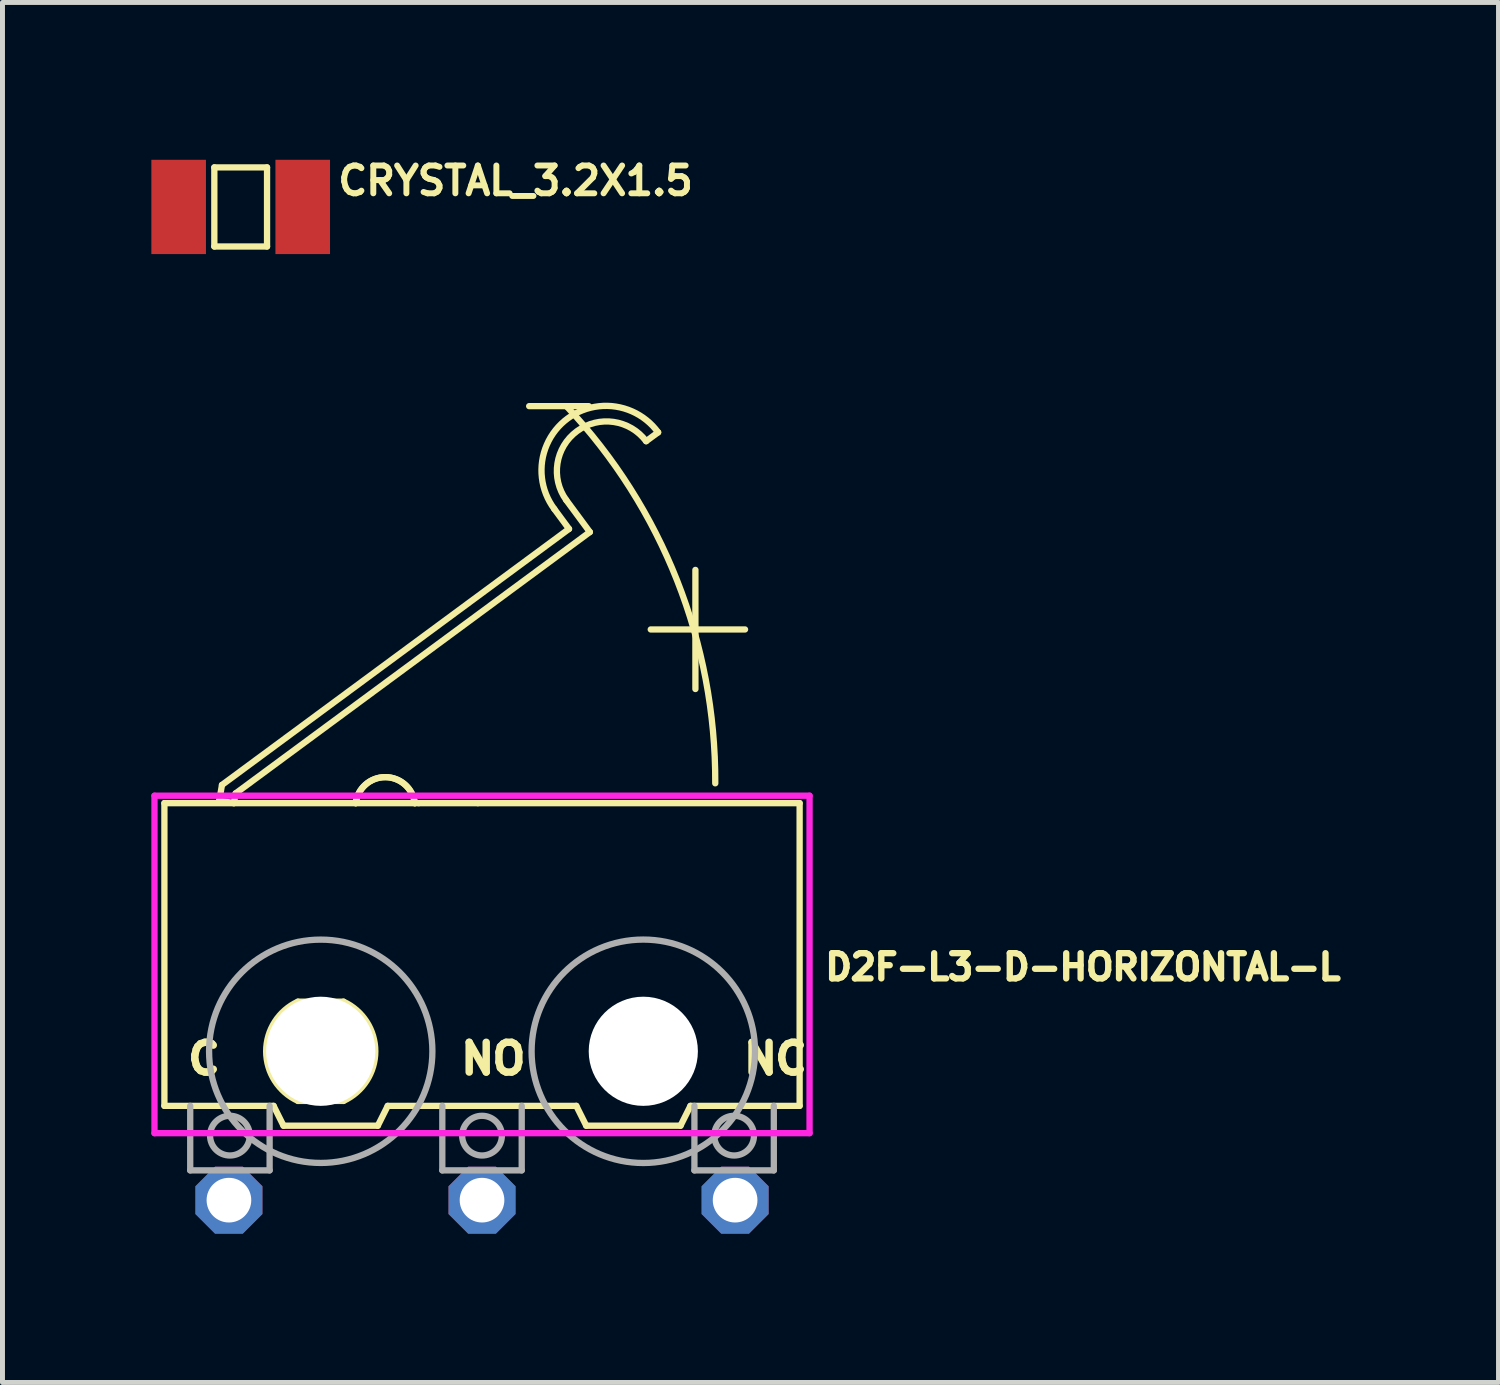
<source format=kicad_pcb>
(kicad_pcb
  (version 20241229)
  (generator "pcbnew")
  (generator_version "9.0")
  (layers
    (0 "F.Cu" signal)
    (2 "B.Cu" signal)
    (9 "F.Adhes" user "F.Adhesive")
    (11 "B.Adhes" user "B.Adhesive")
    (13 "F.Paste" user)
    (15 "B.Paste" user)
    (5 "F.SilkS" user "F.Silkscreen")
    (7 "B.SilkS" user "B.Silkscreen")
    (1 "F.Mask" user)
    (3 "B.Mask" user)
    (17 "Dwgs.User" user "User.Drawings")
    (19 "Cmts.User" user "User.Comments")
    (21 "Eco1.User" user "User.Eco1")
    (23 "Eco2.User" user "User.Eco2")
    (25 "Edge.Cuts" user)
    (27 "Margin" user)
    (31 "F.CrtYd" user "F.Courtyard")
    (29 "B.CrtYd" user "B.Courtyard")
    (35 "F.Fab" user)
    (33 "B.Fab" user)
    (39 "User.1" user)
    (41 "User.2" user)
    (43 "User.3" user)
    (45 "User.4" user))
  (footprint "D2F-L3-D-HORIZONTAL-L"
    (layer "F.Cu")
    (at 6.663 18.134)
    (property "Reference" "D2F-L3-D-HORIZONTAL-L" (at 6.85 -1.4 0) (layer "F.SilkS") (effects (font (size 0.508 0.508) (thickness 0.127)) (justify left bottom)))
    (fp_line (start -6.4 -5) (end -6.4 1.1) (stroke (width 0.127) (type solid)) (layer "F.SilkS"))
    (fp_line (start -5.295 -5.052) (end -5 -5) (stroke (width 0.127) (type solid)) (layer "F.SilkS"))
    (fp_line (start -5.24 -5.367) (end -5.295 -5.052) (stroke (width 0.127) (type solid)) (layer "F.SilkS"))
    (fp_line (start -5 -5) (end -4.965 -5.197) (stroke (width 0.127) (type solid)) (layer "F.SilkS"))
    (fp_line (start -4.965 -5.197) (end 2.173 -10.463) (stroke (width 0.127) (type solid)) (layer "F.SilkS"))
    (fp_line (start -4.2 1.1) (end -6.4 1.1) (stroke (width 0.127) (type solid)) (layer "F.SilkS"))
    (fp_line (start -4 1.5) (end -4.2 1.1) (stroke (width 0.127) (type solid)) (layer "F.SilkS"))
    (fp_line (start -4 1.5) (end -2.1 1.5) (stroke (width 0.127) (type solid)) (layer "F.SilkS"))
    (fp_line (start -3.708 -1) (end -2.792 -1) (stroke (width 0.127) (type solid)) (layer "F.SilkS"))
    (fp_line (start -2.792 1) (end -3.708 1) (stroke (width 0.127) (type solid)) (layer "F.SilkS"))
    (fp_line (start -2.545 -5) (end -6.4 -5) (stroke (width 0.127) (type solid)) (layer "F.SilkS"))
    (fp_line (start -1.9 1.1) (end -2.1 1.5) (stroke (width 0.127) (type solid)) (layer "F.SilkS"))
    (fp_line (start -1.355 -5) (end -2.545 -5) (stroke (width 0.127) (type solid)) (layer "F.SilkS"))
    (fp_line (start -1.275 -5) (end -1.355 -5) (stroke (width 0.127) (type solid)) (layer "F.SilkS"))
    (fp_line (start -0.085 -5) (end -1.275 -5) (stroke (width 0.127) (type solid)) (layer "F.SilkS"))
    (fp_line (start 1.456 -10.928) (end 1.753 -10.526) (stroke (width 0.127) (type solid)) (layer "F.SilkS"))
    (fp_line (start 1.7 -13) (end 0.95 -13) (stroke (width 0.127) (type solid)) (layer "F.SilkS"))
    (fp_line (start 1.753 -10.526) (end -5.24 -5.367) (stroke (width 0.127) (type solid)) (layer "F.SilkS"))
    (fp_line (start 1.9 1.1) (end -1.9 1.1) (stroke (width 0.127) (type solid)) (layer "F.SilkS"))
    (fp_line (start 2.1 1.5) (end 1.9 1.1) (stroke (width 0.127) (type solid)) (layer "F.SilkS"))
    (fp_line (start 2.1 1.5) (end 4 1.5) (stroke (width 0.127) (type solid)) (layer "F.SilkS"))
    (fp_line (start 2.15 -13) (end 1.7 -13) (stroke (width 0.127) (type solid)) (layer "F.SilkS"))
    (fp_line (start 2.173 -10.463) (end 1.698 -11.106) (stroke (width 0.127) (type solid)) (layer "F.SilkS"))
    (fp_line (start 3.307 -12.294) (end 3.549 -12.472) (stroke (width 0.127) (type solid)) (layer "F.SilkS"))
    (fp_line (start 3.4 -8.5) (end 4.3 -8.5) (stroke (width 0.127) (type solid)) (layer "F.SilkS"))
    (fp_line (start 4.2 1.1) (end 4 1.5) (stroke (width 0.127) (type solid)) (layer "F.SilkS"))
    (fp_line (start 4.3 -8.5) (end 4.3 -9.7) (stroke (width 0.127) (type solid)) (layer "F.SilkS"))
    (fp_line (start 4.3 -8.5) (end 5.3 -8.5) (stroke (width 0.127) (type solid)) (layer "F.SilkS"))
    (fp_line (start 4.3 -7.3) (end 4.3 -8.5) (stroke (width 0.127) (type solid)) (layer "F.SilkS"))
    (fp_line (start 6.4 -5) (end -0.085 -5) (stroke (width 0.127) (type solid)) (layer "F.SilkS"))
    (fp_line (start 6.4 1.1) (end 4.2 1.1) (stroke (width 0.127) (type solid)) (layer "F.SilkS"))
    (fp_line (start 6.4 1.1) (end 6.4 -5) (stroke (width 0.127) (type solid)) (layer "F.SilkS"))
    (fp_arc (start -3.708258 1) (mid -4.35 0) (end -3.708259 -1) (stroke (width 0.127) (type solid)) (layer "F.SilkS"))
    (fp_arc (start -2.791739 -1) (mid -2.149998 0) (end -2.79174 1) (stroke (width 0.127) (type solid)) (layer "F.SilkS"))
    (fp_arc (start -2.54516 -5) (mid -1.95 -5.523974) (end -1.35484 -5) (stroke (width 0.127) (type solid)) (layer "F.SilkS"))
    (fp_arc (start -2.54516 -5) (mid -1.95 -5.523974) (end -1.35484 -5) (stroke (width 0.127) (type solid)) (layer "F.SilkS"))
    (fp_arc (start 1.45634 -10.928269) (mid 1.730759 -12.74615) (end 3.54864 -12.471731) (stroke (width 0.127) (type solid)) (layer "F.SilkS"))
    (fp_arc (start 1.697761 -11.106358) (mid 1.90885 -12.504726) (end 3.307218 -12.29364) (stroke (width 0.127) (type solid)) (layer "F.SilkS"))
    (fp_arc (start 1.7 -12.999999) (mid 3.930581 -9.488387) (end 4.7 -5.4) (stroke (width 0.127) (type solid)) (layer "F.SilkS"))
    (fp_circle (center 3.25 0) (end 4.25 0) (stroke (width 0.127) (type solid)) (fill no) (layer "F.SilkS"))
    (fp_line (start -6.6 -5.15) (end 6.6 -5.15) (stroke (width 0.127) (type solid)) (layer "F.CrtYd"))
    (fp_line (start -6.6 1.65) (end -6.6 -5.15) (stroke (width 0.127) (type solid)) (layer "F.CrtYd"))
    (fp_line (start 6.6 -5.15) (end 6.6 1.65) (stroke (width 0.127) (type solid)) (layer "F.CrtYd"))
    (fp_line (start 6.6 1.65) (end -6.6 1.65) (stroke (width 0.127) (type solid)) (layer "F.CrtYd"))
    (fp_line (start -5.88 1.1) (end -5.88 2.4) (stroke (width 0.127) (type solid)) (layer "F.Fab"))
    (fp_line (start -5.88 2.4) (end -4.28 2.4) (stroke (width 0.127) (type solid)) (layer "F.Fab"))
    (fp_line (start -4.28 2.4) (end -4.28 1.1) (stroke (width 0.127) (type solid)) (layer "F.Fab"))
    (fp_line (start -0.8 1.1) (end -0.8 2.4) (stroke (width 0.127) (type solid)) (layer "F.Fab"))
    (fp_line (start -0.8 2.4) (end 0.8 2.4) (stroke (width 0.127) (type solid)) (layer "F.Fab"))
    (fp_line (start 0.8 2.4) (end 0.8 1.1) (stroke (width 0.127) (type solid)) (layer "F.Fab"))
    (fp_line (start 4.28 1.1) (end 4.28 2.4) (stroke (width 0.127) (type solid)) (layer "F.Fab"))
    (fp_line (start 4.28 2.4) (end 5.88 2.4) (stroke (width 0.127) (type solid)) (layer "F.Fab"))
    (fp_line (start 5.88 2.4) (end 5.88 1.1) (stroke (width 0.127) (type solid)) (layer "F.Fab"))
    (fp_circle (center -5.08 1.7) (end -4.68 1.7) (stroke (width 0.127) (type solid)) (fill no) (layer "F.Fab"))
    (fp_circle (center -3.25 0) (end -1 0) (stroke (width 0.127) (type solid)) (fill no) (layer "F.Fab"))
    (fp_circle (center 0 1.7) (end 0.4 1.7) (stroke (width 0.127) (type solid)) (fill no) (layer "F.Fab"))
    (fp_circle (center 3.25 0) (end 5.501 0) (stroke (width 0.127) (type solid)) (fill no) (layer "F.Fab"))
    (fp_circle (center 5.08 1.7) (end 5.48 1.7) (stroke (width 0.127) (type solid)) (fill no) (layer "F.Fab"))
    (fp_line (start -6.4 -5) (end -6.4 1.1) (stroke (width 0.025) (type solid)) (layer "User.1"))
    (fp_line (start -5.88 1.1) (end -5.88 2.4) (stroke (width 0.025) (type solid)) (layer "User.1"))
    (fp_line (start -5.88 2.4) (end -4.28 2.4) (stroke (width 0.025) (type solid)) (layer "User.1"))
    (fp_line (start -5.295 -5.052) (end -5 -5) (stroke (width 0.025) (type solid)) (layer "User.1"))
    (fp_line (start -5.24 -5.367) (end -5.295 -5.052) (stroke (width 0.025) (type solid)) (layer "User.1"))
    (fp_line (start -5 -5) (end -4.965 -5.197) (stroke (width 0.025) (type solid)) (layer "User.1"))
    (fp_line (start -4.965 -5.197) (end 2.173 -10.463) (stroke (width 0.025) (type solid)) (layer "User.1"))
    (fp_line (start -4.28 2.4) (end -4.28 1.1) (stroke (width 0.025) (type solid)) (layer "User.1"))
    (fp_line (start -4.2 1.1) (end -6.4 1.1) (stroke (width 0.025) (type solid)) (layer "User.1"))
    (fp_line (start -4 1.5) (end -4.2 1.1) (stroke (width 0.025) (type solid)) (layer "User.1"))
    (fp_line (start -4 1.5) (end -2.1 1.5) (stroke (width 0.025) (type solid)) (layer "User.1"))
    (fp_line (start -3.708 -1) (end -2.792 -1) (stroke (width 0.025) (type solid)) (layer "User.1"))
    (fp_line (start -2.792 1) (end -3.708 1) (stroke (width 0.025) (type solid)) (layer "User.1"))
    (fp_line (start -2.545 -5) (end -6.4 -5) (stroke (width 0.025) (type solid)) (layer "User.1"))
    (fp_line (start -1.9 1.1) (end -2.1 1.5) (stroke (width 0.025) (type solid)) (layer "User.1"))
    (fp_line (start -1.355 -5) (end -2.545 -5) (stroke (width 0.025) (type solid)) (layer "User.1"))
    (fp_line (start -1.275 -5) (end -1.355 -5) (stroke (width 0.025) (type solid)) (layer "User.1"))
    (fp_line (start -0.8 1.1) (end -0.8 2.4) (stroke (width 0.025) (type solid)) (layer "User.1"))
    (fp_line (start -0.8 2.4) (end 0.8 2.4) (stroke (width 0.025) (type solid)) (layer "User.1"))
    (fp_line (start -0.085 -5) (end -1.275 -5) (stroke (width 0.025) (type solid)) (layer "User.1"))
    (fp_line (start 0.8 2.4) (end 0.8 1.1) (stroke (width 0.025) (type solid)) (layer "User.1"))
    (fp_line (start 1.456 -10.928) (end 1.753 -10.526) (stroke (width 0.025) (type solid)) (layer "User.1"))
    (fp_line (start 1.753 -10.526) (end -5.24 -5.367) (stroke (width 0.025) (type solid)) (layer "User.1"))
    (fp_line (start 1.9 1.1) (end -1.9 1.1) (stroke (width 0.025) (type solid)) (layer "User.1"))
    (fp_line (start 2.1 1.5) (end 1.9 1.1) (stroke (width 0.025) (type solid)) (layer "User.1"))
    (fp_line (start 2.1 1.5) (end 4 1.5) (stroke (width 0.025) (type solid)) (layer "User.1"))
    (fp_line (start 2.173 -10.463) (end 1.698 -11.106) (stroke (width 0.025) (type solid)) (layer "User.1"))
    (fp_line (start 3.307 -12.294) (end 3.549 -12.472) (stroke (width 0.025) (type solid)) (layer "User.1"))
    (fp_line (start 4.2 1.1) (end 4 1.5) (stroke (width 0.025) (type solid)) (layer "User.1"))
    (fp_line (start 4.28 1.1) (end 4.28 2.4) (stroke (width 0.025) (type solid)) (layer "User.1"))
    (fp_line (start 4.28 2.4) (end 5.88 2.4) (stroke (width 0.025) (type solid)) (layer "User.1"))
    (fp_line (start 5.88 2.4) (end 5.88 1.1) (stroke (width 0.025) (type solid)) (layer "User.1"))
    (fp_line (start 6.4 -5) (end -0.085 -5) (stroke (width 0.025) (type solid)) (layer "User.1"))
    (fp_line (start 6.4 1.1) (end 4.2 1.1) (stroke (width 0.025) (type solid)) (layer "User.1"))
    (fp_line (start 6.4 1.1) (end 6.4 -5) (stroke (width 0.025) (type solid)) (layer "User.1"))
    (fp_arc (start -3.708258 1) (mid -4.35 0) (end -3.708259 -1) (stroke (width 0.025) (type solid)) (layer "User.1"))
    (fp_arc (start -2.791739 -1) (mid -2.149998 0) (end -2.79174 1) (stroke (width 0.025) (type solid)) (layer "User.1"))
    (fp_arc (start -2.54516 -5) (mid -1.95 -5.523974) (end -1.35484 -5) (stroke (width 0.025) (type solid)) (layer "User.1"))
    (fp_arc (start -2.54516 -5) (mid -1.95 -5.523974) (end -1.35484 -5) (stroke (width 0.025) (type solid)) (layer "User.1"))
    (fp_arc (start 1.45634 -10.928269) (mid 1.730759 -12.74615) (end 3.54864 -12.471731) (stroke (width 0.025) (type solid)) (layer "User.1"))
    (fp_arc (start 1.697761 -11.106358) (mid 1.90885 -12.504726) (end 3.307218 -12.29364) (stroke (width 0.025) (type solid)) (layer "User.1"))
    (fp_circle (center -5.08 1.7) (end -4.68 1.7) (stroke (width 0.025) (type solid)) (fill no) (layer "User.1"))
    (fp_circle (center 0 1.7) (end 0.4 1.7) (stroke (width 0.025) (type solid)) (fill no) (layer "User.1"))
    (fp_circle (center 3.25 0) (end 4.25 0) (stroke (width 0.025) (type solid)) (fill no) (layer "User.1"))
    (fp_circle (center 5.08 1.7) (end 5.48 1.7) (stroke (width 0.025) (type solid)) (fill no) (layer "User.1"))
    (fp_text user "NC" (at 5.2 0.5 0) (layer "F.SilkS") (effects (font (size 0.6 0.6) (thickness 0.15)) (justify left bottom)))
    (fp_text user "NO" (at -0.5 0.5 0) (layer "F.SilkS") (effects (font (size 0.6 0.6) (thickness 0.15)) (justify left bottom)))
    (fp_text user "C" (at -6 0.5 0) (layer "F.SilkS") (effects (font (size 0.6 0.6) (thickness 0.15)) (justify left bottom)))
    (pad "" np_thru_hole circle (at -3.25 0) (size 2.2 2.2) (drill 2.2) (layers "*.Cu" "*.Mask"))
    (pad "" np_thru_hole circle (at 3.25 0) (size 2.2 2.2) (drill 2.2) (layers "*.Cu" "*.Mask"))
    (pad "C" thru_hole roundrect (at -5.1 3 225) (size 1.35 1.35) (drill 0.9) (layers "*.Cu" "*.Mask") (roundrect_rratio 0.25) (chamfer_ratio 0.293) (chamfer top_left top_right bottom_left bottom_right))
    (pad "NC" thru_hole roundrect (at 5.1 3 315) (size 1.35 1.35) (drill 0.9) (layers "*.Cu" "*.Mask") (roundrect_rratio 0.25) (chamfer_ratio 0.293) (chamfer top_left top_right bottom_left bottom_right))
    (pad "NO" thru_hole roundrect (at 0 3 270) (size 1.35 1.35) (drill 0.9) (layers "*.Cu" "*.Mask") (roundrect_rratio 0.25) (chamfer_ratio 0.293) (chamfer top_left top_right bottom_left bottom_right)))
  (footprint "CRYSTAL_3.2X1.5"
    (layer "F.Cu")
    (at 1.8 1.12)
    (property "Reference" "CRYSTAL_3.2X1.5" (at 1.9 -0.2 0) (layer "F.SilkS") (effects (font (size 0.56 0.56) (thickness 0.12)) (justify left bottom)))
    (fp_line (start -0.531 -0.797) (end 0.531 -0.797) (stroke (width 0.127) (type solid)) (layer "F.SilkS"))
    (fp_line (start -0.531 0.797) (end -0.531 -0.797) (stroke (width 0.127) (type solid)) (layer "F.SilkS"))
    (fp_line (start 0.531 -0.797) (end 0.531 0.797) (stroke (width 0.127) (type solid)) (layer "F.SilkS"))
    (fp_line (start 0.531 0.797) (end -0.531 0.797) (stroke (width 0.127) (type solid)) (layer "F.SilkS"))
    (pad "1" smd rect (at -1.25 0) (size 1.1 1.9) (layers "F.Cu" "F.Mask" "F.Paste"))
    (pad "2" smd rect (at 1.25 0) (size 1.1 1.9) (layers "F.Cu" "F.Mask" "F.Paste")))
  (gr_rect
    (start -3 -3)
    (end 27.146 24.808)
    (stroke (width 0.1) (type default))
    (fill no)
    (layer "Edge.Cuts")))
</source>
